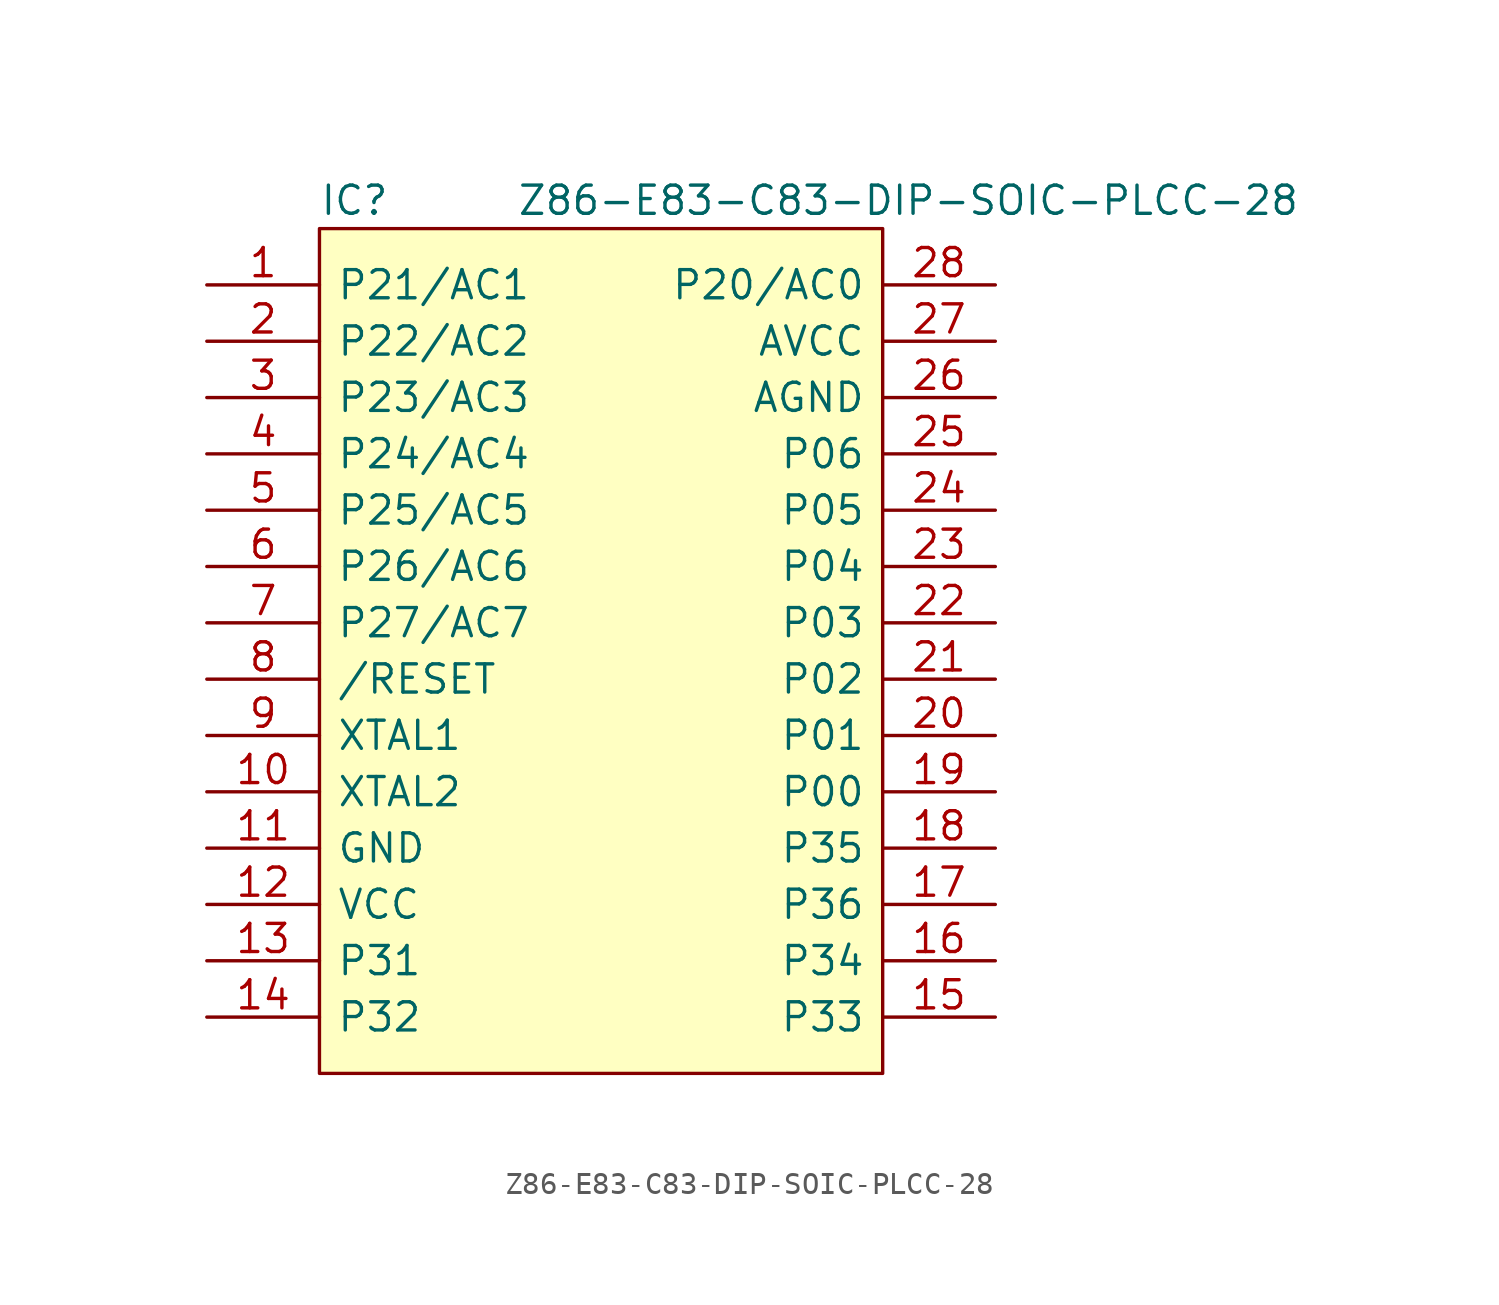
<source format=kicad_sym>
(kicad_symbol_lib
  (version 20211014)
  (generator kicad_symbol_editor)
  (symbol "Z86-E83-C83-DIP-SOIC-PLCC-28"
    (pin_names
      (offset 0.762))
    (property "Reference" "IC"
      (at 0 1.27 0)
      (effects (font (size 1.27 1.27)) (justify left)))
    (property "Value" "Z86-E83-C83-DIP-SOIC-PLCC-28"
      (at 8.89 1.27 0)
      (effects (font (size 1.27 1.27)) (justify left)))
    (symbol "Z86-E83-C83-DIP-SOIC-PLCC-28_0_0"
      (pin bidirectional line (at -5.08 -2.54 0) (length 5.08) (name "P21/AC1" (effects (font (size 1.27 1.27)))) (number "1" (effects (font (size 1.27 1.27)))))
      (pin bidirectional line (at -5.08 -25.4 0) (length 5.08) (name "XTAL2" (effects (font (size 1.27 1.27)))) (number "10" (effects (font (size 1.27 1.27)))))
      (pin bidirectional line (at -5.08 -27.94 0) (length 5.08) (name "GND" (effects (font (size 1.27 1.27)))) (number "11" (effects (font (size 1.27 1.27)))))
      (pin bidirectional line (at -5.08 -30.48 0) (length 5.08) (name "VCC" (effects (font (size 1.27 1.27)))) (number "12" (effects (font (size 1.27 1.27)))))
      (pin bidirectional line (at -5.08 -33.02 0) (length 5.08) (name "P31" (effects (font (size 1.27 1.27)))) (number "13" (effects (font (size 1.27 1.27)))))
      (pin bidirectional line (at -5.08 -35.56 0) (length 5.08) (name "P32" (effects (font (size 1.27 1.27)))) (number "14" (effects (font (size 1.27 1.27)))))
      (pin bidirectional line (at 30.48 -35.56 180) (length 5.08) (name "P33" (effects (font (size 1.27 1.27)))) (number "15" (effects (font (size 1.27 1.27)))))
      (pin bidirectional line (at 30.48 -33.02 180) (length 5.08) (name "P34" (effects (font (size 1.27 1.27)))) (number "16" (effects (font (size 1.27 1.27)))))
      (pin bidirectional line (at 30.48 -30.48 180) (length 5.08) (name "P36" (effects (font (size 1.27 1.27)))) (number "17" (effects (font (size 1.27 1.27)))))
      (pin bidirectional line (at 30.48 -27.94 180) (length 5.08) (name "P35" (effects (font (size 1.27 1.27)))) (number "18" (effects (font (size 1.27 1.27)))))
      (pin bidirectional line (at 30.48 -25.4 180) (length 5.08) (name "P00" (effects (font (size 1.27 1.27)))) (number "19" (effects (font (size 1.27 1.27)))))
      (pin bidirectional line (at -5.08 -5.08 0) (length 5.08) (name "P22/AC2" (effects (font (size 1.27 1.27)))) (number "2" (effects (font (size 1.27 1.27)))))
      (pin bidirectional line (at 30.48 -22.86 180) (length 5.08) (name "P01" (effects (font (size 1.27 1.27)))) (number "20" (effects (font (size 1.27 1.27)))))
      (pin bidirectional line (at 30.48 -20.32 180) (length 5.08) (name "P02" (effects (font (size 1.27 1.27)))) (number "21" (effects (font (size 1.27 1.27)))))
      (pin bidirectional line (at 30.48 -17.78 180) (length 5.08) (name "P03" (effects (font (size 1.27 1.27)))) (number "22" (effects (font (size 1.27 1.27)))))
      (pin bidirectional line (at 30.48 -15.24 180) (length 5.08) (name "P04" (effects (font (size 1.27 1.27)))) (number "23" (effects (font (size 1.27 1.27)))))
      (pin bidirectional line (at 30.48 -12.7 180) (length 5.08) (name "P05" (effects (font (size 1.27 1.27)))) (number "24" (effects (font (size 1.27 1.27)))))
      (pin bidirectional line (at 30.48 -10.16 180) (length 5.08) (name "P06" (effects (font (size 1.27 1.27)))) (number "25" (effects (font (size 1.27 1.27)))))
      (pin bidirectional line (at 30.48 -7.62 180) (length 5.08) (name "AGND" (effects (font (size 1.27 1.27)))) (number "26" (effects (font (size 1.27 1.27)))))
      (pin bidirectional line (at 30.48 -5.08 180) (length 5.08) (name "AVCC" (effects (font (size 1.27 1.27)))) (number "27" (effects (font (size 1.27 1.27)))))
      (pin bidirectional line (at 30.48 -2.54 180) (length 5.08) (name "P20/AC0" (effects (font (size 1.27 1.27)))) (number "28" (effects (font (size 1.27 1.27)))))
      (pin bidirectional line (at -5.08 -7.62 0) (length 5.08) (name "P23/AC3" (effects (font (size 1.27 1.27)))) (number "3" (effects (font (size 1.27 1.27)))))
      (pin bidirectional line (at -5.08 -10.16 0) (length 5.08) (name "P24/AC4" (effects (font (size 1.27 1.27)))) (number "4" (effects (font (size 1.27 1.27)))))
      (pin bidirectional line (at -5.08 -12.7 0) (length 5.08) (name "P25/AC5" (effects (font (size 1.27 1.27)))) (number "5" (effects (font (size 1.27 1.27)))))
      (pin bidirectional line (at -5.08 -15.24 0) (length 5.08) (name "P26/AC6" (effects (font (size 1.27 1.27)))) (number "6" (effects (font (size 1.27 1.27)))))
      (pin bidirectional line (at -5.08 -17.78 0) (length 5.08) (name "P27/AC7" (effects (font (size 1.27 1.27)))) (number "7" (effects (font (size 1.27 1.27)))))
      (pin bidirectional line (at -5.08 -20.32 0) (length 5.08) (name "/RESET" (effects (font (size 1.27 1.27)))) (number "8" (effects (font (size 1.27 1.27)))))
      (pin bidirectional line (at -5.08 -22.86 0) (length 5.08) (name "XTAL1" (effects (font (size 1.27 1.27)))) (number "9" (effects (font (size 1.27 1.27))))))
    (symbol "Z86-E83-C83-DIP-SOIC-PLCC-28_0_1"
      (polyline (pts (xy 0 0) (xy 25.4 0) (xy 25.4 -38.1) (xy 0 -38.1) (xy 0 0)) (stroke (width 0.152) (type solid)) (fill (type background))))))
</source>
